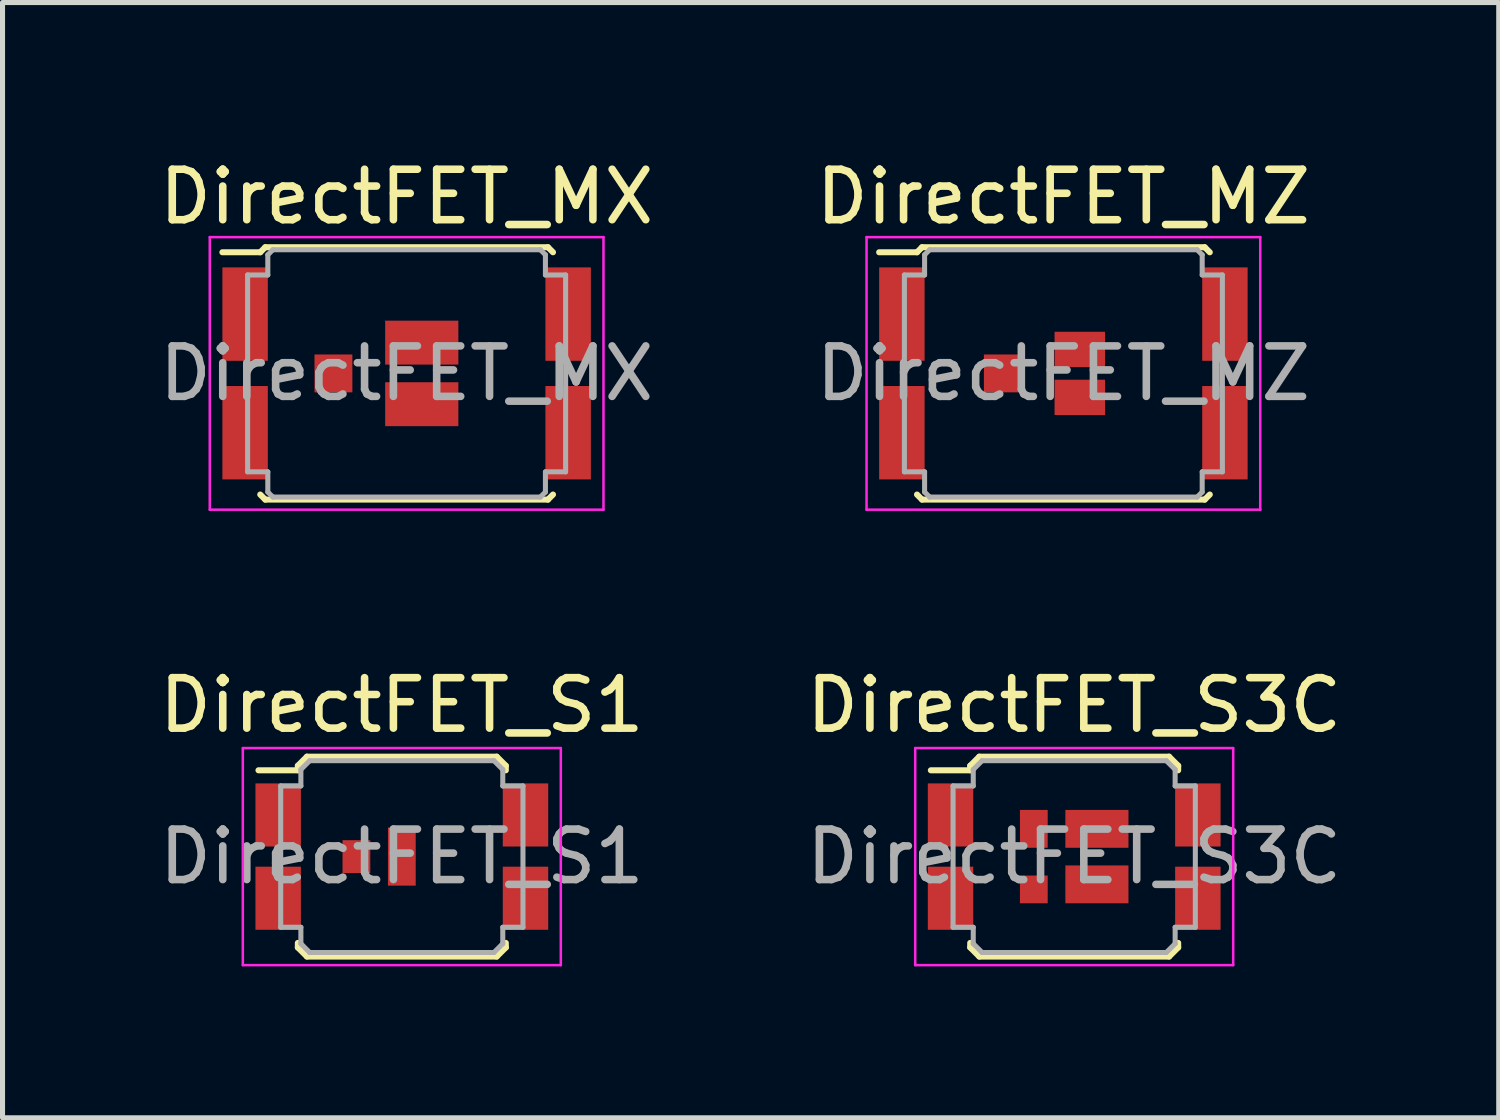
<source format=kicad_pcb>
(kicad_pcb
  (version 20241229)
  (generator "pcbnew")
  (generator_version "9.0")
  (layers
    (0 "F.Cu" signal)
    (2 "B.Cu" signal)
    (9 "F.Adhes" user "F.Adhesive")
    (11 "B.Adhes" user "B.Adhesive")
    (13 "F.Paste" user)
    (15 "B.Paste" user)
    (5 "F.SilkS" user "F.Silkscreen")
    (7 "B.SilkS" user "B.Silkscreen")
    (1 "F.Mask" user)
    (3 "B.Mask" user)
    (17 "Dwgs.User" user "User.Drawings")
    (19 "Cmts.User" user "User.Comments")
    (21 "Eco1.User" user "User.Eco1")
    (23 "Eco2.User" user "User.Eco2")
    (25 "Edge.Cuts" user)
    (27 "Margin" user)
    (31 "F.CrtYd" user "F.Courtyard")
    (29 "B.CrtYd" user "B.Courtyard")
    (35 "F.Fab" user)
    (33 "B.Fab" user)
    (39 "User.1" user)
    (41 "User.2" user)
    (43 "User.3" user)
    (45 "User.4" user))
  (footprint "DirectFET_MX"
    (layer "F.Cu")
    (at 5.006 4.348)
    (property "Reference" "DirectFET_MX" (at 0 -3.5 0) (layer "F.SilkS") (effects (font (size 1 1) (thickness 0.15))))
    (attr smd)
    (fp_line (start -3.65 -2.4) (end -2.9 -2.4) (stroke (width 0.12) (type solid)) (layer "F.SilkS"))
    (fp_line (start -2.9 -2.4) (end -2.8 -2.5) (stroke (width 0.12) (type solid)) (layer "F.SilkS"))
    (fp_line (start -2.8 -2.5) (end 2.8 -2.5) (stroke (width 0.12) (type solid)) (layer "F.SilkS"))
    (fp_line (start -2.8 2.5) (end -2.9 2.4) (stroke (width 0.12) (type solid)) (layer "F.SilkS"))
    (fp_line (start 2.8 -2.5) (end 2.9 -2.4) (stroke (width 0.12) (type solid)) (layer "F.SilkS"))
    (fp_line (start 2.8 2.5) (end -2.8 2.5) (stroke (width 0.12) (type solid)) (layer "F.SilkS"))
    (fp_line (start 2.9 2.4) (end 2.8 2.5) (stroke (width 0.12) (type solid)) (layer "F.SilkS"))
    (fp_line (start -3.9 -2.7) (end -3.9 2.7) (stroke (width 0.05) (type solid)) (layer "F.CrtYd"))
    (fp_line (start -3.9 2.7) (end 3.9 2.7) (stroke (width 0.05) (type solid)) (layer "F.CrtYd"))
    (fp_line (start 3.9 -2.7) (end -3.9 -2.7) (stroke (width 0.05) (type solid)) (layer "F.CrtYd"))
    (fp_line (start 3.9 2.7) (end 3.9 -2.7) (stroke (width 0.05) (type solid)) (layer "F.CrtYd"))
    (fp_line (start -3.15 -1.95) (end -2.75 -1.95) (stroke (width 0.1) (type solid)) (layer "F.Fab"))
    (fp_line (start -3.15 1.95) (end -3.15 -1.95) (stroke (width 0.1) (type solid)) (layer "F.Fab"))
    (fp_line (start -3.15 1.95) (end -2.75 1.95) (stroke (width 0.1) (type solid)) (layer "F.Fab"))
    (fp_line (start -2.75 -2.35) (end -2.65 -2.45) (stroke (width 0.1) (type solid)) (layer "F.Fab"))
    (fp_line (start -2.75 -1.95) (end -2.75 -2.35) (stroke (width 0.1) (type solid)) (layer "F.Fab"))
    (fp_line (start -2.75 1.95) (end -2.75 2.35) (stroke (width 0.1) (type solid)) (layer "F.Fab"))
    (fp_line (start -2.75 2.35) (end -2.65 2.45) (stroke (width 0.1) (type solid)) (layer "F.Fab"))
    (fp_line (start -2.65 2.45) (end 2.65 2.45) (stroke (width 0.1) (type solid)) (layer "F.Fab"))
    (fp_line (start 2.65 -2.45) (end -2.65 -2.45) (stroke (width 0.1) (type solid)) (layer "F.Fab"))
    (fp_line (start 2.65 -2.45) (end 2.75 -2.35) (stroke (width 0.1) (type solid)) (layer "F.Fab"))
    (fp_line (start 2.75 -2.35) (end 2.75 -1.95) (stroke (width 0.1) (type solid)) (layer "F.Fab"))
    (fp_line (start 2.75 -1.95) (end 3.15 -1.95) (stroke (width 0.1) (type solid)) (layer "F.Fab"))
    (fp_line (start 2.75 1.95) (end 2.75 2.35) (stroke (width 0.1) (type solid)) (layer "F.Fab"))
    (fp_line (start 2.75 2.35) (end 2.65 2.45) (stroke (width 0.1) (type solid)) (layer "F.Fab"))
    (fp_line (start 3.15 -1.95) (end 3.15 1.95) (stroke (width 0.1) (type solid)) (layer "F.Fab"))
    (fp_line (start 3.15 1.95) (end 2.75 1.95) (stroke (width 0.1) (type solid)) (layer "F.Fab"))
    (fp_text user "${REFERENCE}" (at 0 0 0) (layer "F.Fab") (effects (font (size 1 1) (thickness 0.15))))
    (pad "1" smd rect (at -3.2 -1.175) (size 0.9 1.85) (layers "F.Cu" "F.Mask" "F.Paste"))
    (pad "1" smd rect (at -3.2 1.175) (size 0.9 1.85) (layers "F.Cu" "F.Mask" "F.Paste"))
    (pad "1" smd rect (at 3.2 -1.175) (size 0.9 1.85) (layers "F.Cu" "F.Mask" "F.Paste"))
    (pad "1" smd rect (at 3.2 1.175) (size 0.9 1.85) (layers "F.Cu" "F.Mask" "F.Paste"))
    (pad "2" smd rect (at -1.45 0) (size 0.75 0.75) (layers "F.Cu" "F.Mask" "F.Paste"))
    (pad "3" smd rect (at 0.3 -0.61) (size 1.45 0.87) (layers "F.Cu" "F.Mask" "F.Paste"))
    (pad "3" smd rect (at 0.3 0.61) (size 1.45 0.87) (layers "F.Cu" "F.Mask" "F.Paste")))
  (footprint "DirectFET_S3C"
    (layer "F.Cu")
    (at 18.232 13.921)
    (property "Reference" "DirectFET_S3C" (at 0 -3 0) (layer "F.SilkS") (effects (font (size 1 1) (thickness 0.15))))
    (attr smd)
    (fp_line (start -2.84 -1.71) (end -2.06 -1.71) (stroke (width 0.12) (type solid)) (layer "F.SilkS"))
    (fp_line (start -2.06 -1.8) (end -1.88 -1.98) (stroke (width 0.12) (type solid)) (layer "F.SilkS"))
    (fp_line (start -2.06 -1.71) (end -2.06 -1.8) (stroke (width 0.12) (type solid)) (layer "F.SilkS"))
    (fp_line (start -2.06 1.71) (end -2.06 1.8) (stroke (width 0.12) (type solid)) (layer "F.SilkS"))
    (fp_line (start -2.06 1.8) (end -1.88 1.98) (stroke (width 0.12) (type solid)) (layer "F.SilkS"))
    (fp_line (start -1.88 -1.98) (end 1.88 -1.98) (stroke (width 0.12) (type solid)) (layer "F.SilkS"))
    (fp_line (start -1.88 1.98) (end 1.88 1.98) (stroke (width 0.12) (type solid)) (layer "F.SilkS"))
    (fp_line (start 2.06 -1.8) (end 1.88 -1.98) (stroke (width 0.12) (type solid)) (layer "F.SilkS"))
    (fp_line (start 2.06 -1.71) (end 2.06 -1.8) (stroke (width 0.12) (type solid)) (layer "F.SilkS"))
    (fp_line (start 2.06 1.71) (end 2.06 1.8) (stroke (width 0.12) (type solid)) (layer "F.SilkS"))
    (fp_line (start 2.06 1.8) (end 1.88 1.98) (stroke (width 0.12) (type solid)) (layer "F.SilkS"))
    (fp_line (start -3.15 -2.15) (end -3.15 2.15) (stroke (width 0.05) (type solid)) (layer "F.CrtYd"))
    (fp_line (start -3.15 -2.15) (end 3.15 -2.15) (stroke (width 0.05) (type solid)) (layer "F.CrtYd"))
    (fp_line (start -3.15 2.15) (end 3.15 2.15) (stroke (width 0.05) (type solid)) (layer "F.CrtYd"))
    (fp_line (start 3.15 -2.15) (end 3.15 2.15) (stroke (width 0.05) (type solid)) (layer "F.CrtYd"))
    (fp_line (start -2.4 -1.4) (end -2 -1.4) (stroke (width 0.1) (type solid)) (layer "F.Fab"))
    (fp_line (start -2.4 1.4) (end -2.4 -1.4) (stroke (width 0.1) (type solid)) (layer "F.Fab"))
    (fp_line (start -2.4 1.4) (end -2 1.4) (stroke (width 0.1) (type solid)) (layer "F.Fab"))
    (fp_line (start -2 -1.725) (end -1.825 -1.9) (stroke (width 0.1) (type solid)) (layer "F.Fab"))
    (fp_line (start -2 -1.4) (end -2 -1.725) (stroke (width 0.1) (type solid)) (layer "F.Fab"))
    (fp_line (start -2 1.4) (end -2 1.725) (stroke (width 0.1) (type solid)) (layer "F.Fab"))
    (fp_line (start -2 1.725) (end -1.825 1.9) (stroke (width 0.1) (type solid)) (layer "F.Fab"))
    (fp_line (start -1.825 -1.9) (end 1.825 -1.9) (stroke (width 0.1) (type solid)) (layer "F.Fab"))
    (fp_line (start -1.825 1.9) (end 1.825 1.9) (stroke (width 0.1) (type solid)) (layer "F.Fab"))
    (fp_line (start 1.825 -1.9) (end 2 -1.725) (stroke (width 0.1) (type solid)) (layer "F.Fab"))
    (fp_line (start 1.825 1.9) (end 2 1.725) (stroke (width 0.1) (type solid)) (layer "F.Fab"))
    (fp_line (start 2 -1.4) (end 2 -1.725) (stroke (width 0.1) (type solid)) (layer "F.Fab"))
    (fp_line (start 2 1.4) (end 2 1.725) (stroke (width 0.1) (type solid)) (layer "F.Fab"))
    (fp_line (start 2.4 -1.4) (end 2 -1.4) (stroke (width 0.1) (type solid)) (layer "F.Fab"))
    (fp_line (start 2.4 1.4) (end 2 1.4) (stroke (width 0.1) (type solid)) (layer "F.Fab"))
    (fp_line (start 2.4 1.4) (end 2.4 -1.4) (stroke (width 0.1) (type solid)) (layer "F.Fab"))
    (fp_text user "${REFERENCE}" (at 0 0 0) (layer "F.Fab") (effects (font (size 1 1) (thickness 0.15))))
    (pad "1" smd rect (at -2.45 -0.825) (size 0.9 1.25) (layers "F.Cu" "F.Mask" "F.Paste"))
    (pad "1" smd rect (at -2.45 0.825) (size 0.9 1.25) (layers "F.Cu" "F.Mask" "F.Paste"))
    (pad "1" smd rect (at 2.45 -0.825) (size 0.9 1.25) (layers "F.Cu" "F.Mask" "F.Paste"))
    (pad "1" smd rect (at 2.45 0.825) (size 0.9 1.25) (layers "F.Cu" "F.Mask" "F.Paste"))
    (pad "2" smd rect (at -0.8 0.65) (size 0.55 0.55) (layers "F.Cu" "F.Mask" "F.Paste"))
    (pad "3" smd rect (at -0.8 -0.55) (size 0.55 0.75) (layers "F.Cu" "F.Mask" "F.Paste"))
    (pad "3" smd rect (at 0.45 -0.55) (size 1.25 0.75) (layers "F.Cu" "F.Mask" "F.Paste"))
    (pad "3" smd rect (at 0.45 0.55) (size 1.25 0.75) (layers "F.Cu" "F.Mask" "F.Paste")))
  (footprint "DirectFET_MZ"
    (layer "F.Cu")
    (at 18.018 4.348)
    (property "Reference" "DirectFET_MZ" (at 0 -3.5 0) (layer "F.SilkS") (effects (font (size 1 1) (thickness 0.15))))
    (attr smd)
    (fp_line (start -3.65 -2.4) (end -2.9 -2.4) (stroke (width 0.12) (type solid)) (layer "F.SilkS"))
    (fp_line (start -2.9 -2.4) (end -2.8 -2.5) (stroke (width 0.12) (type solid)) (layer "F.SilkS"))
    (fp_line (start -2.8 -2.5) (end 2.8 -2.5) (stroke (width 0.12) (type solid)) (layer "F.SilkS"))
    (fp_line (start -2.8 2.5) (end -2.9 2.4) (stroke (width 0.12) (type solid)) (layer "F.SilkS"))
    (fp_line (start 2.8 -2.5) (end 2.9 -2.4) (stroke (width 0.12) (type solid)) (layer "F.SilkS"))
    (fp_line (start 2.8 2.5) (end -2.8 2.5) (stroke (width 0.12) (type solid)) (layer "F.SilkS"))
    (fp_line (start 2.9 2.4) (end 2.8 2.5) (stroke (width 0.12) (type solid)) (layer "F.SilkS"))
    (fp_line (start -3.9 -2.7) (end -3.9 2.7) (stroke (width 0.05) (type solid)) (layer "F.CrtYd"))
    (fp_line (start -3.9 2.7) (end 3.9 2.7) (stroke (width 0.05) (type solid)) (layer "F.CrtYd"))
    (fp_line (start 3.9 -2.7) (end -3.9 -2.7) (stroke (width 0.05) (type solid)) (layer "F.CrtYd"))
    (fp_line (start 3.9 2.7) (end 3.9 -2.7) (stroke (width 0.05) (type solid)) (layer "F.CrtYd"))
    (fp_line (start -3.15 -1.95) (end -2.75 -1.95) (stroke (width 0.1) (type solid)) (layer "F.Fab"))
    (fp_line (start -3.15 1.95) (end -3.15 -1.95) (stroke (width 0.1) (type solid)) (layer "F.Fab"))
    (fp_line (start -3.15 1.95) (end -2.75 1.95) (stroke (width 0.1) (type solid)) (layer "F.Fab"))
    (fp_line (start -2.75 -2.35) (end -2.65 -2.45) (stroke (width 0.1) (type solid)) (layer "F.Fab"))
    (fp_line (start -2.75 -1.95) (end -2.75 -2.35) (stroke (width 0.1) (type solid)) (layer "F.Fab"))
    (fp_line (start -2.75 1.95) (end -2.75 2.35) (stroke (width 0.1) (type solid)) (layer "F.Fab"))
    (fp_line (start -2.75 2.35) (end -2.65 2.45) (stroke (width 0.1) (type solid)) (layer "F.Fab"))
    (fp_line (start -2.65 2.45) (end 2.65 2.45) (stroke (width 0.1) (type solid)) (layer "F.Fab"))
    (fp_line (start 2.65 -2.45) (end -2.65 -2.45) (stroke (width 0.1) (type solid)) (layer "F.Fab"))
    (fp_line (start 2.65 -2.45) (end 2.75 -2.35) (stroke (width 0.1) (type solid)) (layer "F.Fab"))
    (fp_line (start 2.75 -2.35) (end 2.75 -1.95) (stroke (width 0.1) (type solid)) (layer "F.Fab"))
    (fp_line (start 2.75 -1.95) (end 3.15 -1.95) (stroke (width 0.1) (type solid)) (layer "F.Fab"))
    (fp_line (start 2.75 1.95) (end 2.75 2.35) (stroke (width 0.1) (type solid)) (layer "F.Fab"))
    (fp_line (start 2.75 2.35) (end 2.65 2.45) (stroke (width 0.1) (type solid)) (layer "F.Fab"))
    (fp_line (start 3.15 -1.95) (end 3.15 1.95) (stroke (width 0.1) (type solid)) (layer "F.Fab"))
    (fp_line (start 3.15 1.95) (end 2.75 1.95) (stroke (width 0.1) (type solid)) (layer "F.Fab"))
    (fp_text user "${REFERENCE}" (at 0 0 0) (layer "F.Fab") (effects (font (size 1 1) (thickness 0.15))))
    (pad "1" smd rect (at -3.2 -1.175) (size 0.9 1.85) (layers "F.Cu" "F.Mask" "F.Paste"))
    (pad "1" smd rect (at -3.2 1.175) (size 0.9 1.85) (layers "F.Cu" "F.Mask" "F.Paste"))
    (pad "1" smd rect (at 3.2 -1.175) (size 0.9 1.85) (layers "F.Cu" "F.Mask" "F.Paste"))
    (pad "1" smd rect (at 3.2 1.175) (size 0.9 1.85) (layers "F.Cu" "F.Mask" "F.Paste"))
    (pad "2" smd rect (at -1.2 0) (size 0.75 0.75) (layers "F.Cu" "F.Mask" "F.Paste"))
    (pad "3" smd rect (at 0.325 -0.475) (size 1 0.7) (layers "F.Cu" "F.Mask" "F.Paste"))
    (pad "3" smd rect (at 0.325 0.475) (size 1 0.7) (layers "F.Cu" "F.Mask" "F.Paste")))
  (footprint "DirectFET_S1"
    (layer "F.Cu")
    (at 4.911 13.921)
    (property "Reference" "DirectFET_S1" (at 0 -3 0) (layer "F.SilkS") (effects (font (size 1 1) (thickness 0.15))))
    (attr smd)
    (fp_line (start -2.84 -1.71) (end -2.06 -1.71) (stroke (width 0.12) (type solid)) (layer "F.SilkS"))
    (fp_line (start -2.06 -1.8) (end -1.88 -1.98) (stroke (width 0.12) (type solid)) (layer "F.SilkS"))
    (fp_line (start -2.06 -1.71) (end -2.06 -1.8) (stroke (width 0.12) (type solid)) (layer "F.SilkS"))
    (fp_line (start -2.06 1.71) (end -2.06 1.8) (stroke (width 0.12) (type solid)) (layer "F.SilkS"))
    (fp_line (start -2.06 1.8) (end -1.88 1.98) (stroke (width 0.12) (type solid)) (layer "F.SilkS"))
    (fp_line (start -1.88 -1.98) (end 1.88 -1.98) (stroke (width 0.12) (type solid)) (layer "F.SilkS"))
    (fp_line (start -1.88 1.98) (end 1.88 1.98) (stroke (width 0.12) (type solid)) (layer "F.SilkS"))
    (fp_line (start 2.06 -1.8) (end 1.88 -1.98) (stroke (width 0.12) (type solid)) (layer "F.SilkS"))
    (fp_line (start 2.06 -1.71) (end 2.06 -1.8) (stroke (width 0.12) (type solid)) (layer "F.SilkS"))
    (fp_line (start 2.06 1.71) (end 2.06 1.8) (stroke (width 0.12) (type solid)) (layer "F.SilkS"))
    (fp_line (start 2.06 1.8) (end 1.88 1.98) (stroke (width 0.12) (type solid)) (layer "F.SilkS"))
    (fp_line (start -3.15 -2.15) (end -3.15 2.15) (stroke (width 0.05) (type solid)) (layer "F.CrtYd"))
    (fp_line (start -3.15 -2.15) (end 3.15 -2.15) (stroke (width 0.05) (type solid)) (layer "F.CrtYd"))
    (fp_line (start -3.15 2.15) (end 3.15 2.15) (stroke (width 0.05) (type solid)) (layer "F.CrtYd"))
    (fp_line (start 3.15 -2.15) (end 3.15 2.15) (stroke (width 0.05) (type solid)) (layer "F.CrtYd"))
    (fp_line (start -2.4 -1.4) (end -2 -1.4) (stroke (width 0.1) (type solid)) (layer "F.Fab"))
    (fp_line (start -2.4 1.4) (end -2.4 -1.4) (stroke (width 0.1) (type solid)) (layer "F.Fab"))
    (fp_line (start -2.4 1.4) (end -2 1.4) (stroke (width 0.1) (type solid)) (layer "F.Fab"))
    (fp_line (start -2 -1.725) (end -1.825 -1.9) (stroke (width 0.1) (type solid)) (layer "F.Fab"))
    (fp_line (start -2 -1.4) (end -2 -1.725) (stroke (width 0.1) (type solid)) (layer "F.Fab"))
    (fp_line (start -2 1.4) (end -2 1.725) (stroke (width 0.1) (type solid)) (layer "F.Fab"))
    (fp_line (start -2 1.725) (end -1.825 1.9) (stroke (width 0.1) (type solid)) (layer "F.Fab"))
    (fp_line (start -1.825 -1.9) (end 1.825 -1.9) (stroke (width 0.1) (type solid)) (layer "F.Fab"))
    (fp_line (start -1.825 1.9) (end 1.825 1.9) (stroke (width 0.1) (type solid)) (layer "F.Fab"))
    (fp_line (start 1.825 -1.9) (end 2 -1.725) (stroke (width 0.1) (type solid)) (layer "F.Fab"))
    (fp_line (start 1.825 1.9) (end 2 1.725) (stroke (width 0.1) (type solid)) (layer "F.Fab"))
    (fp_line (start 2 -1.4) (end 2 -1.725) (stroke (width 0.1) (type solid)) (layer "F.Fab"))
    (fp_line (start 2 1.4) (end 2 1.725) (stroke (width 0.1) (type solid)) (layer "F.Fab"))
    (fp_line (start 2.4 -1.4) (end 2 -1.4) (stroke (width 0.1) (type solid)) (layer "F.Fab"))
    (fp_line (start 2.4 1.4) (end 2 1.4) (stroke (width 0.1) (type solid)) (layer "F.Fab"))
    (fp_line (start 2.4 1.4) (end 2.4 -1.4) (stroke (width 0.1) (type solid)) (layer "F.Fab"))
    (fp_text user "${REFERENCE}" (at 0 0 0) (layer "F.Fab") (effects (font (size 1 1) (thickness 0.15))))
    (pad "1" smd rect (at -2.45 -0.825) (size 0.9 1.25) (layers "F.Cu" "F.Mask" "F.Paste"))
    (pad "1" smd rect (at -2.45 0.825) (size 0.9 1.25) (layers "F.Cu" "F.Mask" "F.Paste"))
    (pad "1" smd rect (at 2.45 -0.825) (size 0.9 1.25) (layers "F.Cu" "F.Mask" "F.Paste"))
    (pad "1" smd rect (at 2.45 0.825) (size 0.9 1.25) (layers "F.Cu" "F.Mask" "F.Paste"))
    (pad "2" smd rect (at -0.9 0) (size 0.55 0.65) (layers "F.Cu" "F.Mask" "F.Paste"))
    (pad "3" smd rect (at 0 0) (size 0.55 1.15) (layers "F.Cu" "F.Mask" "F.Paste")))
  (gr_rect
    (start -3 -3)
    (end 26.643 19.096)
    (stroke (width 0.1) (type default))
    (fill no)
    (layer "Edge.Cuts")))
</source>
